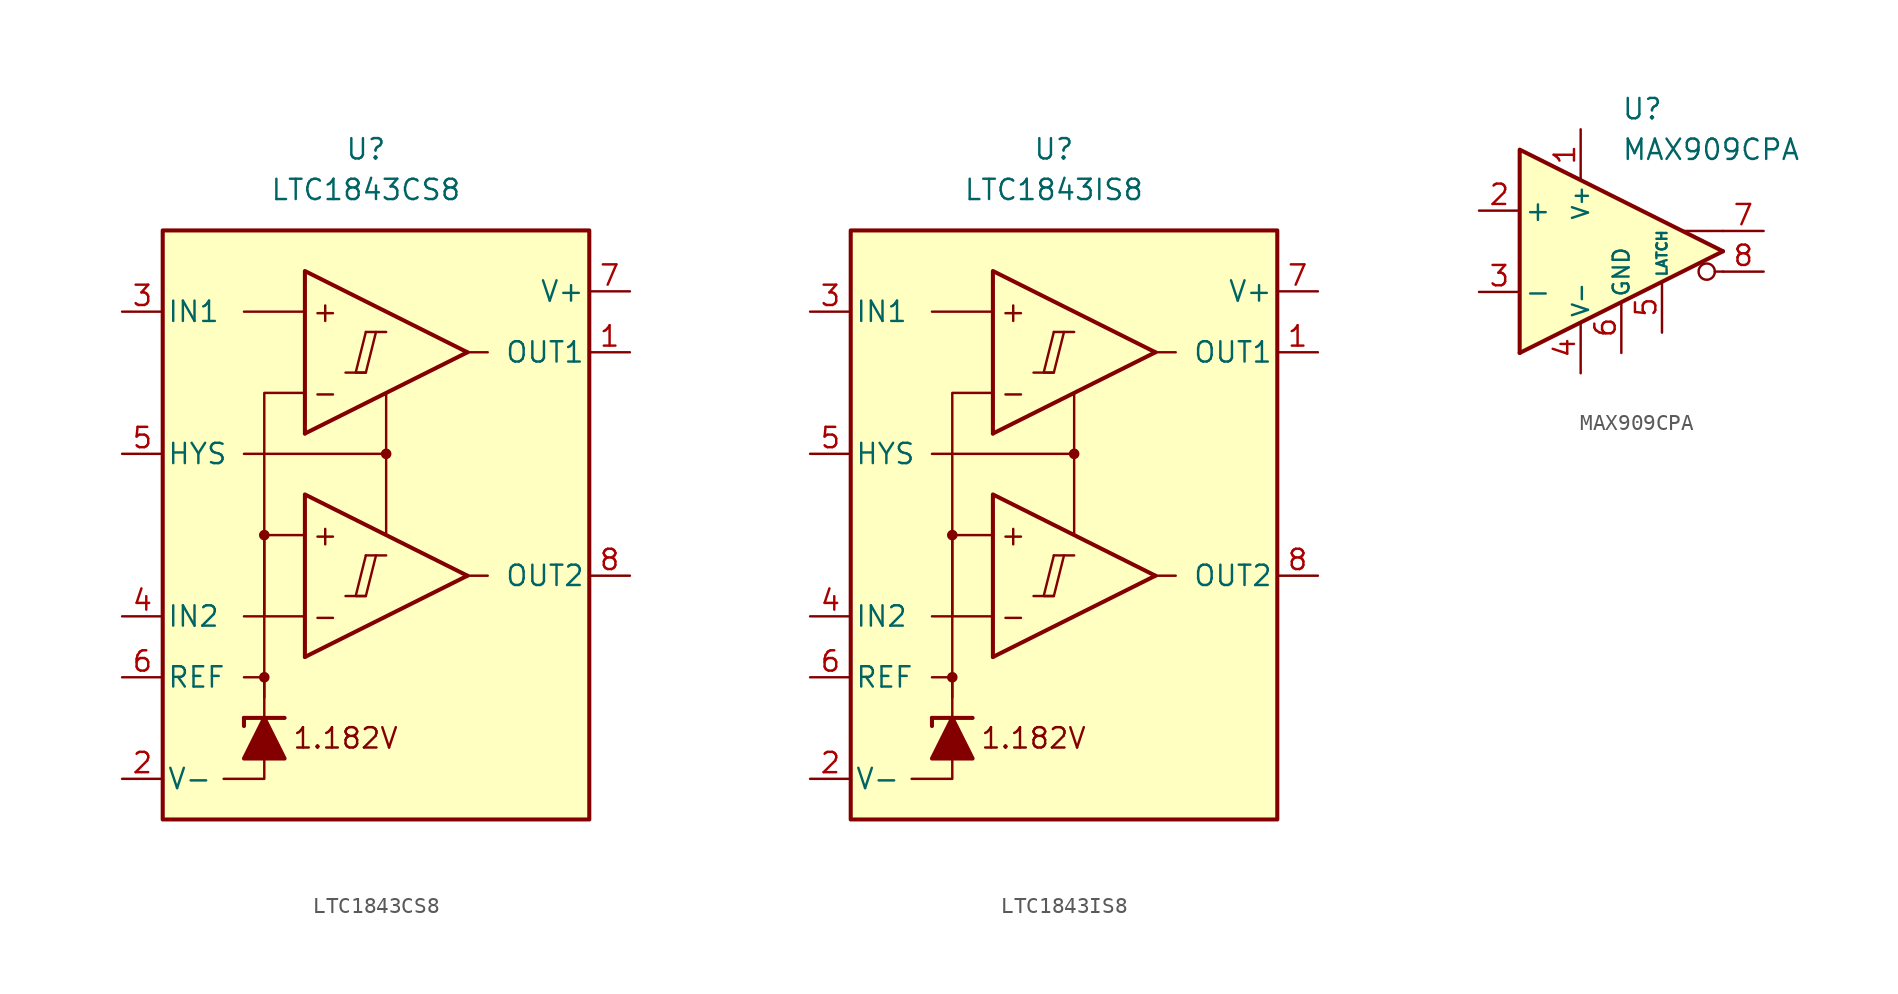
<source format=kicad_sym>
(kicad_symbol_lib
  (version 20231120)
  (generator "kicad_symbol_editor")
  (generator_version "8.0")
  (symbol "LTC1843CS8"
    (pin_names
      (offset 0.254))
    (property "Reference" "U"
      (at -1.27 22.86 0)
      (effects (font (size 1.27 1.27))))
    (property "Value" "LTC1843CS8"
      (at -1.27 20.32 0)
      (effects (font (size 1.27 1.27))))
    (symbol "LTC1843CS8_0_0"
      (rectangle (start -13.97 17.78) (end 12.7 -19.05) (stroke (width 0.254) (type default)) (fill (type background)))
      (circle (center -7.62 -10.16) (radius 0.254) (stroke (width 0.152) (type default)) (fill (type outline)))
      (circle (center -7.62 -1.27) (radius 0.254) (stroke (width 0.152) (type default)) (fill (type outline)))
      (polyline (pts (xy -2.54 -5.08) (xy -1.27 -5.08)) (stroke (width 0.152) (type default)) (fill (type none)))
      (polyline (pts (xy -2.54 8.89) (xy -1.27 8.89)) (stroke (width 0.152) (type default)) (fill (type none)))
      (polyline (pts (xy -1.27 -2.54) (xy 0 -2.54)) (stroke (width 0.152) (type default)) (fill (type none)))
      (polyline (pts (xy -1.27 11.43) (xy 0 11.43)) (stroke (width 0.152) (type default)) (fill (type none)))
      (polyline (pts (xy 5.08 -3.81) (xy -5.08 -8.89)) (stroke (width 0.254) (type default)) (fill (type none)))
      (polyline (pts (xy 5.08 10.16) (xy -5.08 5.08)) (stroke (width 0.254) (type default)) (fill (type none)))
      (polyline (pts (xy 5.08 -3.81) (xy -5.08 1.27) (xy -5.08 -8.89)) (stroke (width 0.254) (type default)) (fill (type background)))
      (polyline (pts (xy 5.08 10.16) (xy -5.08 15.24) (xy -5.08 5.08)) (stroke (width 0.254) (type default)) (fill (type background)))
      (polyline (pts (xy -1.27 -2.54) (xy -1.905 -5.08) (xy -1.27 -5.08) (xy -0.635 -2.54)) (stroke (width 0.152) (type default)) (fill (type none)))
      (polyline (pts (xy -1.27 11.43) (xy -1.905 8.89) (xy -1.27 8.89) (xy -0.635 11.43)) (stroke (width 0.152) (type default)) (fill (type none)))
      (circle (center 0 3.81) (radius 0.254) (stroke (width 0.152) (type default)) (fill (type outline)))
      (text "+" (at -3.81 -1.27 0) (effects (font (size 1.27 1.27))))
      (text "+" (at -3.81 12.7 0) (effects (font (size 1.27 1.27))))
      (text "-" (at -3.81 -6.35 0) (effects (font (size 1.27 1.27))))
      (text "-" (at -3.81 7.62 0) (effects (font (size 1.27 1.27))))
      (text "1.182V" (at -2.54 -13.97 0) (effects (font (size 1.27 1.27)))))
    (symbol "LTC1843CS8_0_1"
      (polyline (pts (xy -8.89 -12.7) (xy -8.89 -13.208)) (stroke (width 0.254) (type default)) (fill (type none)))
      (polyline (pts (xy -8.89 -12.7) (xy -6.35 -12.7)) (stroke (width 0.254) (type default)) (fill (type none)))
      (polyline (pts (xy -5.08 -6.35) (xy -8.89 -6.35)) (stroke (width 0) (type default)) (fill (type none)))
      (polyline (pts (xy -5.08 12.7) (xy -8.89 12.7)) (stroke (width 0) (type default)) (fill (type none)))
      (polyline (pts (xy 0 3.81) (xy 0 -1.27)) (stroke (width 0) (type default)) (fill (type none)))
      (polyline (pts (xy 5.08 -3.81) (xy 6.35 -3.81)) (stroke (width 0) (type default)) (fill (type none)))
      (polyline (pts (xy 5.08 10.16) (xy 6.35 10.16)) (stroke (width 0) (type default)) (fill (type none)))
      (polyline (pts (xy -7.62 -15.24) (xy -7.62 -16.51) (xy -10.16 -16.51)) (stroke (width 0) (type default)) (fill (type none)))
      (polyline (pts (xy -7.62 -12.7) (xy -7.62 -10.16) (xy -8.89 -10.16)) (stroke (width 0) (type default)) (fill (type none)))
      (polyline (pts (xy -7.62 -11.43) (xy -7.62 -1.27) (xy -5.08 -1.27)) (stroke (width 0) (type default)) (fill (type none)))
      (polyline (pts (xy -7.62 -6.35) (xy -7.62 7.62) (xy -5.08 7.62)) (stroke (width 0) (type default)) (fill (type none)))
      (polyline (pts (xy 0 7.62) (xy 0 3.81) (xy -8.89 3.81)) (stroke (width 0) (type default)) (fill (type none)))
      (polyline (pts (xy -6.35 -15.24) (xy -8.89 -15.24) (xy -7.62 -12.7) (xy -6.35 -15.24)) (stroke (width 0.254) (type default)) (fill (type outline))))
    (symbol "LTC1843CS8_1_1"
      (pin output line (at 15.24 10.16 180) (length 2.54) (name "OUT1" (effects (font (size 1.27 1.27)))) (number "1" (effects (font (size 1.27 1.27)))))
      (pin power_in line (at -16.51 -16.51 0) (length 2.54) (name "V-" (effects (font (size 1.27 1.27)))) (number "2" (effects (font (size 1.27 1.27)))))
      (pin input line (at -16.51 12.7 0) (length 2.54) (name "IN1" (effects (font (size 1.27 1.27)))) (number "3" (effects (font (size 1.27 1.27)))))
      (pin input line (at -16.51 -6.35 0) (length 2.54) (name "IN2" (effects (font (size 1.27 1.27)))) (number "4" (effects (font (size 1.27 1.27)))))
      (pin input line (at -16.51 3.81 0) (length 2.54) (name "HYS" (effects (font (size 1.27 1.27)))) (number "5" (effects (font (size 1.27 1.27)))))
      (pin output line (at -16.51 -10.16 0) (length 2.54) (name "REF" (effects (font (size 1.27 1.27)))) (number "6" (effects (font (size 1.27 1.27)))))
      (pin power_in line (at 15.24 13.97 180) (length 2.54) (name "V+" (effects (font (size 1.27 1.27)))) (number "7" (effects (font (size 1.27 1.27)))))
      (pin output line (at 15.24 -3.81 180) (length 2.54) (name "OUT2" (effects (font (size 1.27 1.27)))) (number "8" (effects (font (size 1.27 1.27)))))))
  (symbol "LTC1843IS8"
    (pin_names
      (offset 0.254))
    (property "Reference" "U"
      (at -1.27 22.86 0)
      (effects (font (size 1.27 1.27))))
    (property "Value" "LTC1843IS8"
      (at -1.27 20.32 0)
      (effects (font (size 1.27 1.27))))
    (symbol "LTC1843IS8_0_0"
      (rectangle (start -13.97 17.78) (end 12.7 -19.05) (stroke (width 0.254) (type default)) (fill (type background)))
      (circle (center -7.62 -10.16) (radius 0.254) (stroke (width 0.152) (type default)) (fill (type outline)))
      (circle (center -7.62 -1.27) (radius 0.254) (stroke (width 0.152) (type default)) (fill (type outline)))
      (polyline (pts (xy -2.54 -5.08) (xy -1.27 -5.08)) (stroke (width 0.152) (type default)) (fill (type none)))
      (polyline (pts (xy -2.54 8.89) (xy -1.27 8.89)) (stroke (width 0.152) (type default)) (fill (type none)))
      (polyline (pts (xy -1.27 -2.54) (xy 0 -2.54)) (stroke (width 0.152) (type default)) (fill (type none)))
      (polyline (pts (xy -1.27 11.43) (xy 0 11.43)) (stroke (width 0.152) (type default)) (fill (type none)))
      (polyline (pts (xy 5.08 -3.81) (xy -5.08 -8.89)) (stroke (width 0.254) (type default)) (fill (type none)))
      (polyline (pts (xy 5.08 10.16) (xy -5.08 5.08)) (stroke (width 0.254) (type default)) (fill (type none)))
      (polyline (pts (xy 5.08 -3.81) (xy -5.08 1.27) (xy -5.08 -8.89)) (stroke (width 0.254) (type default)) (fill (type background)))
      (polyline (pts (xy 5.08 10.16) (xy -5.08 15.24) (xy -5.08 5.08)) (stroke (width 0.254) (type default)) (fill (type background)))
      (polyline (pts (xy -1.27 -2.54) (xy -1.905 -5.08) (xy -1.27 -5.08) (xy -0.635 -2.54)) (stroke (width 0.152) (type default)) (fill (type none)))
      (polyline (pts (xy -1.27 11.43) (xy -1.905 8.89) (xy -1.27 8.89) (xy -0.635 11.43)) (stroke (width 0.152) (type default)) (fill (type none)))
      (circle (center 0 3.81) (radius 0.254) (stroke (width 0.152) (type default)) (fill (type outline)))
      (text "+" (at -3.81 -1.27 0) (effects (font (size 1.27 1.27))))
      (text "+" (at -3.81 12.7 0) (effects (font (size 1.27 1.27))))
      (text "-" (at -3.81 -6.35 0) (effects (font (size 1.27 1.27))))
      (text "-" (at -3.81 7.62 0) (effects (font (size 1.27 1.27))))
      (text "1.182V" (at -2.54 -13.97 0) (effects (font (size 1.27 1.27)))))
    (symbol "LTC1843IS8_0_1"
      (polyline (pts (xy -8.89 -12.7) (xy -8.89 -13.208)) (stroke (width 0.254) (type default)) (fill (type none)))
      (polyline (pts (xy -8.89 -12.7) (xy -6.35 -12.7)) (stroke (width 0.254) (type default)) (fill (type none)))
      (polyline (pts (xy -5.08 -6.35) (xy -8.89 -6.35)) (stroke (width 0) (type default)) (fill (type none)))
      (polyline (pts (xy -5.08 12.7) (xy -8.89 12.7)) (stroke (width 0) (type default)) (fill (type none)))
      (polyline (pts (xy 0 3.81) (xy 0 -1.27)) (stroke (width 0) (type default)) (fill (type none)))
      (polyline (pts (xy 5.08 -3.81) (xy 6.35 -3.81)) (stroke (width 0) (type default)) (fill (type none)))
      (polyline (pts (xy 5.08 10.16) (xy 6.35 10.16)) (stroke (width 0) (type default)) (fill (type none)))
      (polyline (pts (xy -7.62 -15.24) (xy -7.62 -16.51) (xy -10.16 -16.51)) (stroke (width 0) (type default)) (fill (type none)))
      (polyline (pts (xy -7.62 -12.7) (xy -7.62 -10.16) (xy -8.89 -10.16)) (stroke (width 0) (type default)) (fill (type none)))
      (polyline (pts (xy -7.62 -11.43) (xy -7.62 -1.27) (xy -5.08 -1.27)) (stroke (width 0) (type default)) (fill (type none)))
      (polyline (pts (xy -7.62 -6.35) (xy -7.62 7.62) (xy -5.08 7.62)) (stroke (width 0) (type default)) (fill (type none)))
      (polyline (pts (xy 0 7.62) (xy 0 3.81) (xy -8.89 3.81)) (stroke (width 0) (type default)) (fill (type none)))
      (polyline (pts (xy -6.35 -15.24) (xy -8.89 -15.24) (xy -7.62 -12.7) (xy -6.35 -15.24)) (stroke (width 0.254) (type default)) (fill (type outline))))
    (symbol "LTC1843IS8_1_1"
      (pin output line (at 15.24 10.16 180) (length 2.54) (name "OUT1" (effects (font (size 1.27 1.27)))) (number "1" (effects (font (size 1.27 1.27)))))
      (pin power_in line (at -16.51 -16.51 0) (length 2.54) (name "V-" (effects (font (size 1.27 1.27)))) (number "2" (effects (font (size 1.27 1.27)))))
      (pin input line (at -16.51 12.7 0) (length 2.54) (name "IN1" (effects (font (size 1.27 1.27)))) (number "3" (effects (font (size 1.27 1.27)))))
      (pin input line (at -16.51 -6.35 0) (length 2.54) (name "IN2" (effects (font (size 1.27 1.27)))) (number "4" (effects (font (size 1.27 1.27)))))
      (pin input line (at -16.51 3.81 0) (length 2.54) (name "HYS" (effects (font (size 1.27 1.27)))) (number "5" (effects (font (size 1.27 1.27)))))
      (pin output line (at -16.51 -10.16 0) (length 2.54) (name "REF" (effects (font (size 1.27 1.27)))) (number "6" (effects (font (size 1.27 1.27)))))
      (pin power_in line (at 15.24 13.97 180) (length 2.54) (name "V+" (effects (font (size 1.27 1.27)))) (number "7" (effects (font (size 1.27 1.27)))))
      (pin output line (at 15.24 -3.81 180) (length 2.54) (name "OUT2" (effects (font (size 1.27 1.27)))) (number "8" (effects (font (size 1.27 1.27)))))))
  (symbol "MAX909CPA"
    (pin_names
      (offset 0.254))
    (property "Reference" "U"
      (at 0 8.89 0)
      (effects (font (size 1.27 1.27)) (justify left)))
    (property "Value" "MAX909CPA"
      (at 0 6.35 0)
      (effects (font (size 1.27 1.27)) (justify left)))
    (symbol "MAX909CPA_0_0"
      (polyline (pts (xy 6.35 -1.27) (xy 5.842 -1.27)) (stroke (width 0.152) (type default)) (fill (type none)))
      (polyline (pts (xy 6.35 0) (xy -6.35 -6.35)) (stroke (width 0.254) (type default)) (fill (type none)))
      (polyline (pts (xy 6.35 1.27) (xy 3.81 1.27)) (stroke (width 0.152) (type default)) (fill (type none)))
      (polyline (pts (xy 6.35 0) (xy -6.35 6.35) (xy -6.35 -6.35)) (stroke (width 0.254) (type default)) (fill (type background)))
      (circle (center 5.334 -1.27) (radius 0.508) (stroke (width 0.152) (type default)) (fill (type none))))
    (symbol "MAX909CPA_1_1"
      (pin power_in line (at -2.54 7.62 270) (length 3.18) (name "V+" (effects (font (size 1 1)))) (number "1" (effects (font (size 1.27 1.27)))))
      (pin input line (at -8.89 2.54 0) (length 2.54) (name "+" (effects (font (size 1.27 1.27)))) (number "2" (effects (font (size 1.27 1.27)))))
      (pin input line (at -8.89 -2.54 0) (length 2.54) (name "-" (effects (font (size 1.27 1.27)))) (number "3" (effects (font (size 1.27 1.27)))))
      (pin power_in line (at -2.54 -7.62 90) (length 3.18) (name "V-" (effects (font (size 1 1)))) (number "4" (effects (font (size 1.27 1.27)))))
      (pin input line (at 2.54 -5.08 90) (length 3.18) (name "LATCH" (effects (font (size 0.635 0.635)))) (number "5" (effects (font (size 1.27 1.27)))))
      (pin power_in line (at 0 -6.35 90) (length 3.18) (name "GND" (effects (font (size 1 1)))) (number "6" (effects (font (size 1.27 1.27)))))
      (pin output line (at 8.89 1.27 180) (length 2.54) (name "~" (effects (font (size 1.27 1.27)))) (number "7" (effects (font (size 1.27 1.27)))))
      (pin output line (at 8.89 -1.27 180) (length 2.54) (name "~" (effects (font (size 1.27 1.27)))) (number "8" (effects (font (size 1.27 1.27))))))))
</source>
